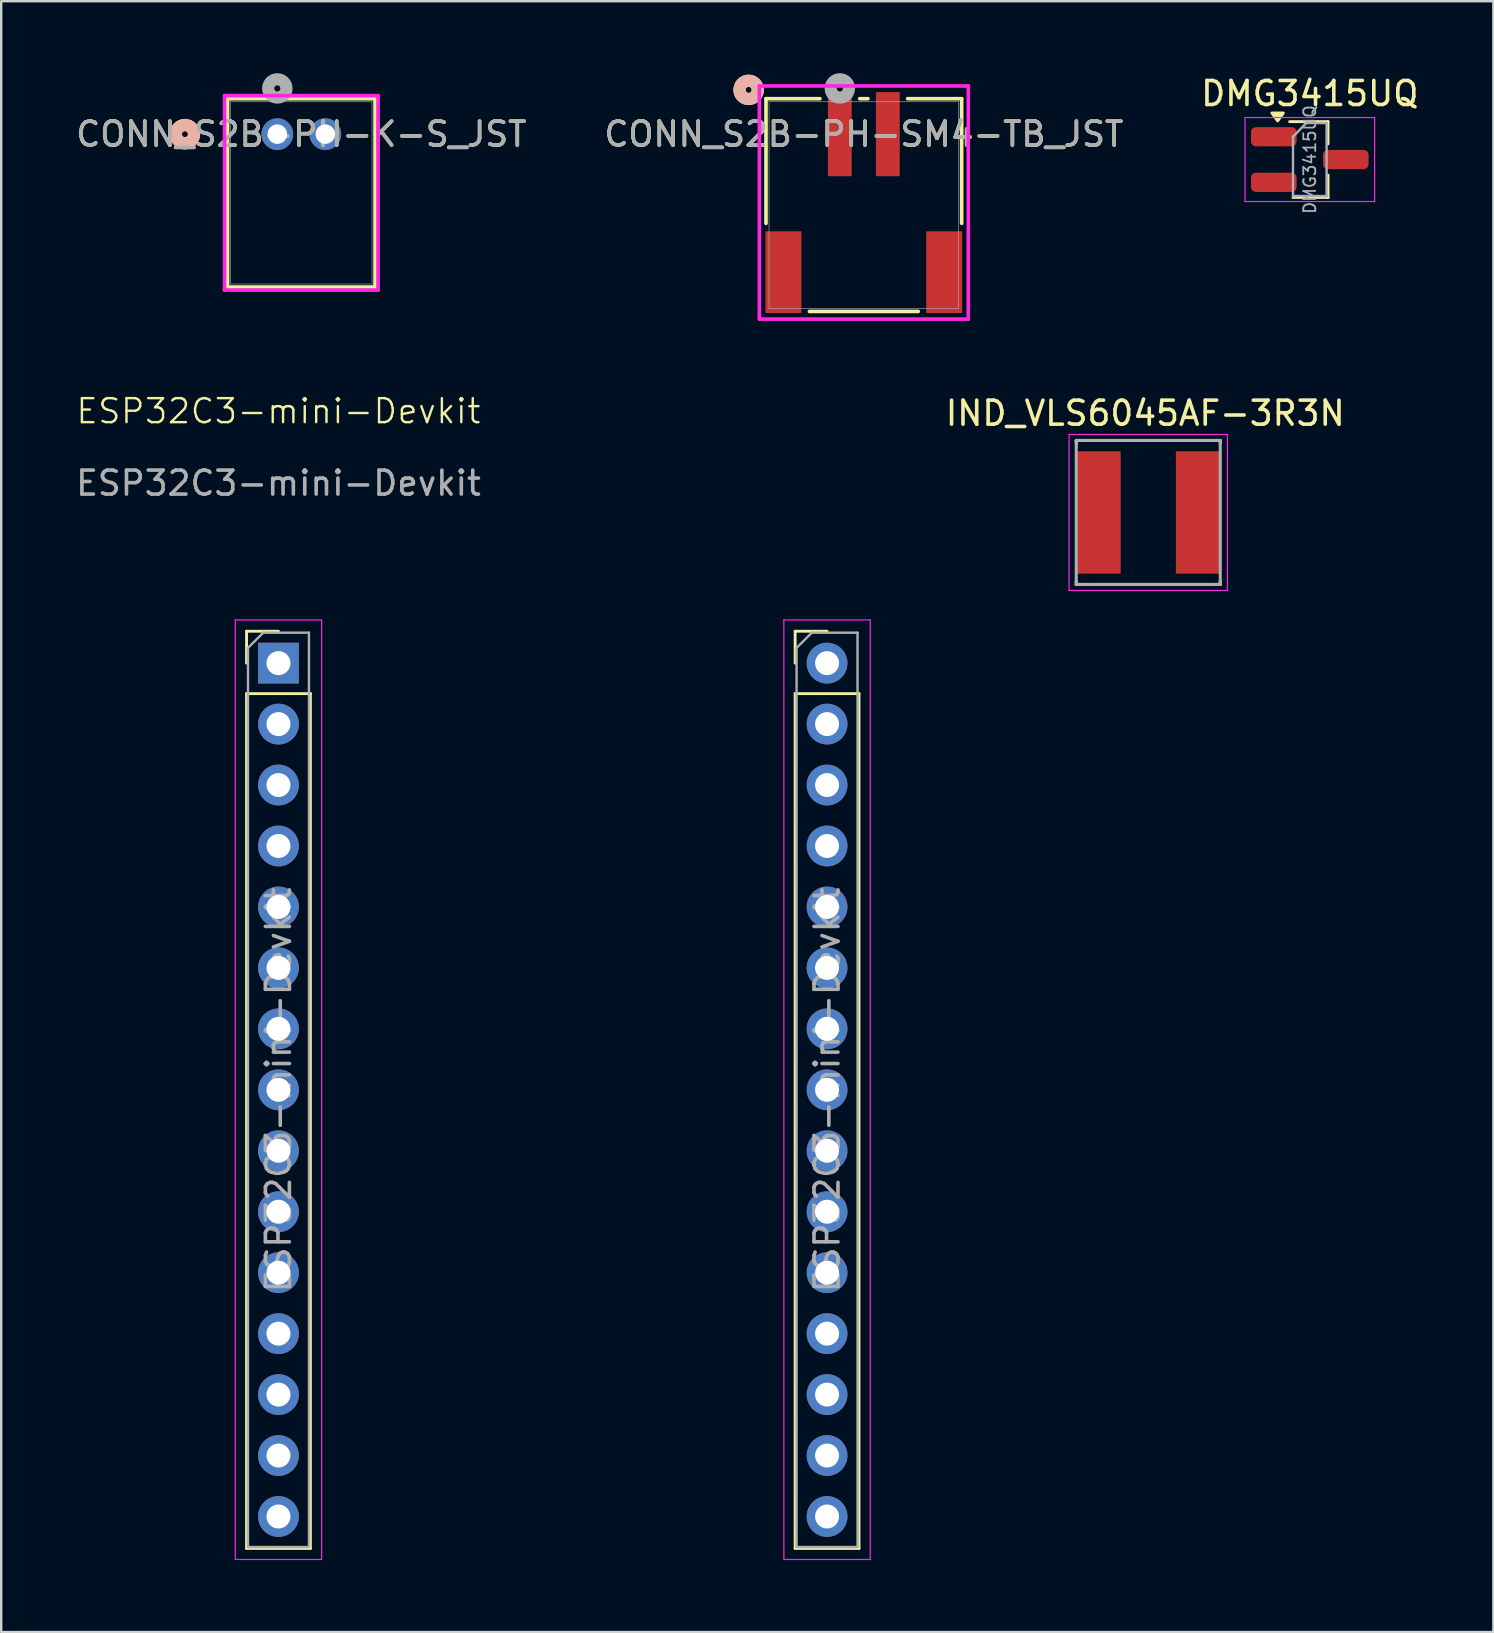
<source format=kicad_pcb>
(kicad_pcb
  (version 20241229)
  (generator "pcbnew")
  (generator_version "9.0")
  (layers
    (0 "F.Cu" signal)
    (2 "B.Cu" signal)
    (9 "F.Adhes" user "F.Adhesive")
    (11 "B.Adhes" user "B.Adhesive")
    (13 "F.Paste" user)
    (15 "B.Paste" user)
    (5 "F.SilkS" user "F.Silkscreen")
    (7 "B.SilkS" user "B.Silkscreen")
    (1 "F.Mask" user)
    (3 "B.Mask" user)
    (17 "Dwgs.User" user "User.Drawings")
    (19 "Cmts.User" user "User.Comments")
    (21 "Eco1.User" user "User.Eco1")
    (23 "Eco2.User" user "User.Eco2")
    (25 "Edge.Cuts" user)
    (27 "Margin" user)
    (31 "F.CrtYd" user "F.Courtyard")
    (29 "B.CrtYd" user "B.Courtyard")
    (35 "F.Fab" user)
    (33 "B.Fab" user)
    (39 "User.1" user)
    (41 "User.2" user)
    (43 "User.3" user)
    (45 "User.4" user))
  (footprint "ESP32C3-mini-Devkit"
    (layer "F.Cu")
    (at 8.554 24.583)
    (property "Reference" "ESP32C3-mini-Devkit" (at 0 -10.5 0) (unlocked yes) (layer "F.SilkS") (effects (font (size 1 1) (thickness 0.1))))
    (attr smd)
    (fp_line (start -1.33 -1.33) (end 0 -1.33) (stroke (width 0.12) (type solid)) (layer "F.SilkS"))
    (fp_line (start -1.33 0) (end -1.33 -1.33) (stroke (width 0.12) (type solid)) (layer "F.SilkS"))
    (fp_line (start -1.33 1.27) (end -1.33 36.89) (stroke (width 0.12) (type solid)) (layer "F.SilkS"))
    (fp_line (start -1.33 1.27) (end 1.33 1.27) (stroke (width 0.12) (type solid)) (layer "F.SilkS"))
    (fp_line (start -1.33 36.89) (end 1.33 36.89) (stroke (width 0.12) (type solid)) (layer "F.SilkS"))
    (fp_line (start 1.33 1.27) (end 1.33 36.89) (stroke (width 0.12) (type solid)) (layer "F.SilkS"))
    (fp_line (start 21.53 -1.33) (end 22.86 -1.33) (stroke (width 0.12) (type solid)) (layer "F.SilkS"))
    (fp_line (start 21.53 0) (end 21.53 -1.33) (stroke (width 0.12) (type solid)) (layer "F.SilkS"))
    (fp_line (start 21.53 1.27) (end 21.53 36.89) (stroke (width 0.12) (type solid)) (layer "F.SilkS"))
    (fp_line (start 21.53 1.27) (end 24.19 1.27) (stroke (width 0.12) (type solid)) (layer "F.SilkS"))
    (fp_line (start 21.53 36.89) (end 24.19 36.89) (stroke (width 0.12) (type solid)) (layer "F.SilkS"))
    (fp_line (start 24.19 1.27) (end 24.19 36.89) (stroke (width 0.12) (type solid)) (layer "F.SilkS"))
    (fp_line (start -1.8 -1.8) (end -1.8 37.35) (stroke (width 0.05) (type solid)) (layer "F.CrtYd"))
    (fp_line (start -1.8 37.35) (end 1.8 37.35) (stroke (width 0.05) (type solid)) (layer "F.CrtYd"))
    (fp_line (start 1.8 -1.8) (end -1.8 -1.8) (stroke (width 0.05) (type solid)) (layer "F.CrtYd"))
    (fp_line (start 1.8 37.35) (end 1.8 -1.8) (stroke (width 0.05) (type solid)) (layer "F.CrtYd"))
    (fp_line (start 21.06 -1.8) (end 21.06 37.35) (stroke (width 0.05) (type solid)) (layer "F.CrtYd"))
    (fp_line (start 21.06 37.35) (end 24.66 37.35) (stroke (width 0.05) (type solid)) (layer "F.CrtYd"))
    (fp_line (start 24.66 -1.8) (end 21.06 -1.8) (stroke (width 0.05) (type solid)) (layer "F.CrtYd"))
    (fp_line (start 24.66 37.35) (end 24.66 -1.8) (stroke (width 0.05) (type solid)) (layer "F.CrtYd"))
    (fp_line (start -1.27 -0.635) (end -0.635 -1.27) (stroke (width 0.1) (type solid)) (layer "F.Fab"))
    (fp_line (start -1.27 36.83) (end -1.27 -0.635) (stroke (width 0.1) (type solid)) (layer "F.Fab"))
    (fp_line (start -0.635 -1.27) (end 1.27 -1.27) (stroke (width 0.1) (type solid)) (layer "F.Fab"))
    (fp_line (start 1.27 -1.27) (end 1.27 36.83) (stroke (width 0.1) (type solid)) (layer "F.Fab"))
    (fp_line (start 1.27 36.83) (end -1.27 36.83) (stroke (width 0.1) (type solid)) (layer "F.Fab"))
    (fp_line (start 21.59 -0.635) (end 22.225 -1.27) (stroke (width 0.1) (type solid)) (layer "F.Fab"))
    (fp_line (start 21.59 36.83) (end 21.59 -0.635) (stroke (width 0.1) (type solid)) (layer "F.Fab"))
    (fp_line (start 22.225 -1.27) (end 24.13 -1.27) (stroke (width 0.1) (type solid)) (layer "F.Fab"))
    (fp_line (start 24.13 -1.27) (end 24.13 36.83) (stroke (width 0.1) (type solid)) (layer "F.Fab"))
    (fp_line (start 24.13 36.83) (end 21.59 36.83) (stroke (width 0.1) (type solid)) (layer "F.Fab"))
    (fp_text user "${REFERENCE}" (at 0 17.78 90) (layer "F.Fab") (effects (font (size 1 1) (thickness 0.15))))
    (fp_text user "${REFERENCE}" (at 22.86 17.78 90) (layer "F.Fab") (effects (font (size 1 1) (thickness 0.15))))
    (fp_text user "${REFERENCE}" (at 0 -7.5 0) (unlocked yes) (layer "F.Fab") (effects (font (size 1 1) (thickness 0.15))))
    (pad "1" thru_hole rect (at 0 0) (size 1.7 1.7) (drill 1) (layers "*.Cu" "*.Mask"))
    (pad "2" thru_hole oval (at 0 2.54) (size 1.7 1.7) (drill 1) (layers "*.Cu" "*.Mask"))
    (pad "3" thru_hole oval (at 0 5.08) (size 1.7 1.7) (drill 1) (layers "*.Cu" "*.Mask"))
    (pad "4" thru_hole oval (at 0 7.62) (size 1.7 1.7) (drill 1) (layers "*.Cu" "*.Mask"))
    (pad "5" thru_hole oval (at 0 10.16) (size 1.7 1.7) (drill 1) (layers "*.Cu" "*.Mask"))
    (pad "6" thru_hole oval (at 0 12.7) (size 1.7 1.7) (drill 1) (layers "*.Cu" "*.Mask"))
    (pad "7" thru_hole oval (at 0 15.24) (size 1.7 1.7) (drill 1) (layers "*.Cu" "*.Mask"))
    (pad "8" thru_hole oval (at 0 17.78) (size 1.7 1.7) (drill 1) (layers "*.Cu" "*.Mask"))
    (pad "9" thru_hole oval (at 0 20.32) (size 1.7 1.7) (drill 1) (layers "*.Cu" "*.Mask"))
    (pad "10" thru_hole oval (at 0 22.86) (size 1.7 1.7) (drill 1) (layers "*.Cu" "*.Mask"))
    (pad "11" thru_hole oval (at 0 25.4) (size 1.7 1.7) (drill 1) (layers "*.Cu" "*.Mask"))
    (pad "12" thru_hole oval (at 0 27.94) (size 1.7 1.7) (drill 1) (layers "*.Cu" "*.Mask"))
    (pad "13" thru_hole oval (at 0 30.48) (size 1.7 1.7) (drill 1) (layers "*.Cu" "*.Mask"))
    (pad "14" thru_hole oval (at 0 33.02) (size 1.7 1.7) (drill 1) (layers "*.Cu" "*.Mask"))
    (pad "15" thru_hole oval (at 0 35.56) (size 1.7 1.7) (drill 1) (layers "*.Cu" "*.Mask"))
    (pad "16" thru_hole circle (at 22.86 0) (size 1.7 1.7) (drill 1) (layers "*.Cu" "*.Mask"))
    (pad "17" thru_hole oval (at 22.86 2.54) (size 1.7 1.7) (drill 1) (layers "*.Cu" "*.Mask"))
    (pad "18" thru_hole oval (at 22.86 5.08) (size 1.7 1.7) (drill 1) (layers "*.Cu" "*.Mask"))
    (pad "19" thru_hole oval (at 22.86 7.62) (size 1.7 1.7) (drill 1) (layers "*.Cu" "*.Mask"))
    (pad "20" thru_hole oval (at 22.86 10.16) (size 1.7 1.7) (drill 1) (layers "*.Cu" "*.Mask"))
    (pad "21" thru_hole oval (at 22.86 12.7) (size 1.7 1.7) (drill 1) (layers "*.Cu" "*.Mask"))
    (pad "22" thru_hole oval (at 22.86 15.24) (size 1.7 1.7) (drill 1) (layers "*.Cu" "*.Mask"))
    (pad "23" thru_hole oval (at 22.86 17.78) (size 1.7 1.7) (drill 1) (layers "*.Cu" "*.Mask"))
    (pad "24" thru_hole oval (at 22.86 20.32) (size 1.7 1.7) (drill 1) (layers "*.Cu" "*.Mask"))
    (pad "25" thru_hole oval (at 22.86 22.86) (size 1.7 1.7) (drill 1) (layers "*.Cu" "*.Mask"))
    (pad "26" thru_hole oval (at 22.86 25.4) (size 1.7 1.7) (drill 1) (layers "*.Cu" "*.Mask"))
    (pad "27" thru_hole oval (at 22.86 27.94) (size 1.7 1.7) (drill 1) (layers "*.Cu" "*.Mask"))
    (pad "28" thru_hole oval (at 22.86 30.48) (size 1.7 1.7) (drill 1) (layers "*.Cu" "*.Mask"))
    (pad "29" thru_hole oval (at 22.86 33.02) (size 1.7 1.7) (drill 1) (layers "*.Cu" "*.Mask"))
    (pad "30" thru_hole oval (at 22.86 35.56) (size 1.7 1.7) (drill 1) (layers "*.Cu" "*.Mask")))
  (footprint "IND_VLS6045AF-3R3N"
    (layer "F.Cu")
    (at 44.798 18.305)
    (property "Reference" "IND_VLS6045AF-3R3N" (at -0.125 -4.135 0) (layer "F.SilkS") (effects (font (size 1 1) (thickness 0.15))))
    (attr smd)
    (fp_line (start -3 -3) (end 3 -3) (stroke (width 0.127) (type solid)) (layer "F.SilkS"))
    (fp_line (start -3 -2.87) (end -3 -3) (stroke (width 0.127) (type solid)) (layer "F.SilkS"))
    (fp_line (start -3 3) (end -3 2.87) (stroke (width 0.127) (type solid)) (layer "F.SilkS"))
    (fp_line (start 3 -3) (end 3 -2.87) (stroke (width 0.127) (type solid)) (layer "F.SilkS"))
    (fp_line (start 3 3) (end -3 3) (stroke (width 0.127) (type solid)) (layer "F.SilkS"))
    (fp_line (start 3 3) (end 3 2.87) (stroke (width 0.127) (type solid)) (layer "F.SilkS"))
    (fp_line (start -3.3 -3.25) (end -3.3 3.25) (stroke (width 0.05) (type solid)) (layer "F.CrtYd"))
    (fp_line (start -3.3 3.25) (end 3.3 3.25) (stroke (width 0.05) (type solid)) (layer "F.CrtYd"))
    (fp_line (start 3.3 -3.25) (end -3.3 -3.25) (stroke (width 0.05) (type solid)) (layer "F.CrtYd"))
    (fp_line (start 3.3 3.25) (end 3.3 -3.25) (stroke (width 0.05) (type solid)) (layer "F.CrtYd"))
    (fp_line (start -3 -3) (end 3 -3) (stroke (width 0.127) (type solid)) (layer "F.Fab"))
    (fp_line (start -3 3) (end -3 -3) (stroke (width 0.127) (type solid)) (layer "F.Fab"))
    (fp_line (start 3 -3) (end 3 3) (stroke (width 0.127) (type solid)) (layer "F.Fab"))
    (fp_line (start 3 3) (end -3 3) (stroke (width 0.127) (type solid)) (layer "F.Fab"))
    (pad "1" smd rect (at -2.1 0) (size 1.9 5.1) (layers "F.Cu" "F.Mask" "F.Paste"))
    (pad "2" smd rect (at 2.1 0) (size 1.9 5.1) (layers "F.Cu" "F.Mask" "F.Paste")))
  (footprint "CONN_S2B-PH-K-S_JST"
    (layer "F.Cu")
    (at 8.506 2.54)
    (property "Reference" "CONN_S2B-PH-K-S_JST" (at 1 0 0) (unlocked yes) (layer "F.SilkS") (effects (font (size 1 1) (thickness 0.15))))
    (attr through_hole)
    (fp_line (start -2.073 -1.477) (end -2.073 6.372) (stroke (width 0.152) (type solid)) (layer "F.SilkS"))
    (fp_line (start -2.073 6.372) (end 4.073 6.372) (stroke (width 0.152) (type solid)) (layer "F.SilkS"))
    (fp_line (start 4.073 -1.477) (end -2.073 -1.477) (stroke (width 0.152) (type solid)) (layer "F.SilkS"))
    (fp_line (start 4.073 6.372) (end 4.073 -1.477) (stroke (width 0.152) (type solid)) (layer "F.SilkS"))
    (fp_circle (center -3.851 0) (end -3.47 0) (stroke (width 0.508) (type solid)) (fill no) (layer "F.SilkS"))
    (fp_circle (center -3.851 0) (end -3.47 0) (stroke (width 0.508) (type solid)) (fill no) (layer "B.SilkS"))
    (fp_line (start -2.2 -1.604) (end -2.2 6.499) (stroke (width 0.152) (type solid)) (layer "F.CrtYd"))
    (fp_line (start -2.2 6.499) (end 4.2 6.499) (stroke (width 0.152) (type solid)) (layer "F.CrtYd"))
    (fp_line (start 4.2 -1.604) (end -2.2 -1.604) (stroke (width 0.152) (type solid)) (layer "F.CrtYd"))
    (fp_line (start 4.2 6.499) (end 4.2 -1.604) (stroke (width 0.152) (type solid)) (layer "F.CrtYd"))
    (fp_line (start -1.946 -1.35) (end -1.946 6.245) (stroke (width 0.025) (type solid)) (layer "F.Fab"))
    (fp_line (start -1.946 6.245) (end 3.946 6.245) (stroke (width 0.025) (type solid)) (layer "F.Fab"))
    (fp_line (start 3.946 -1.35) (end -1.946 -1.35) (stroke (width 0.025) (type solid)) (layer "F.Fab"))
    (fp_line (start 3.946 6.245) (end 3.946 -1.35) (stroke (width 0.025) (type solid)) (layer "F.Fab"))
    (fp_circle (center 0 -1.905) (end 0.381 -1.905) (stroke (width 0.508) (type solid)) (fill no) (layer "F.Fab"))
    (fp_text user "${REFERENCE}" (at 1 0 0) (unlocked yes) (layer "F.Fab") (effects (font (size 1 1) (thickness 0.15))))
    (pad "1" thru_hole circle (at 0 0) (size 1.321 1.321) (drill 0.813) (layers "*.Cu" "*.Mask"))
    (pad "2" thru_hole circle (at 2 0) (size 1.321 1.321) (drill 0.813) (layers "*.Cu" "*.Mask")))
  (footprint "DMG3415UQ"
    (layer "F.Cu")
    (at 51.53 3.598)
    (property "Reference" "DMG3415UQ" (at 0 -2.75 0) (layer "F.SilkS") (effects (font (size 1 1) (thickness 0.15))))
    (attr smd)
    (fp_line (start -0.04 -1.58) (end -0.84 -1.58) (stroke (width 0.12) (type solid)) (layer "F.SilkS"))
    (fp_line (start -0.04 -1.58) (end 0.76 -1.58) (stroke (width 0.12) (type solid)) (layer "F.SilkS"))
    (fp_line (start 0.76 -1.58) (end 0.76 -0.65) (stroke (width 0.12) (type solid)) (layer "F.SilkS"))
    (fp_line (start 0.76 1.58) (end -0.7 1.58) (stroke (width 0.12) (type solid)) (layer "F.SilkS"))
    (fp_line (start 0.76 1.58) (end 0.76 0.65) (stroke (width 0.12) (type solid)) (layer "F.SilkS"))
    (fp_poly (pts (xy -1.34 -1.61) (xy -1.58 -1.94) (xy -1.1 -1.94) (xy -1.34 -1.61)) (stroke (width 0.12) (type solid)) (fill yes) (layer "F.SilkS"))
    (fp_line (start -2.7 -1.75) (end 2.7 -1.75) (stroke (width 0.05) (type solid)) (layer "F.CrtYd"))
    (fp_line (start -2.7 1.75) (end -2.7 -1.75) (stroke (width 0.05) (type solid)) (layer "F.CrtYd"))
    (fp_line (start 2.7 -1.75) (end 2.7 1.75) (stroke (width 0.05) (type solid)) (layer "F.CrtYd"))
    (fp_line (start 2.7 1.75) (end -2.7 1.75) (stroke (width 0.05) (type solid)) (layer "F.CrtYd"))
    (fp_line (start -0.7 -0.95) (end -0.7 1.5) (stroke (width 0.1) (type solid)) (layer "F.Fab"))
    (fp_line (start -0.7 -0.95) (end -0.15 -1.52) (stroke (width 0.1) (type solid)) (layer "F.Fab"))
    (fp_line (start -0.7 1.52) (end 0.7 1.52) (stroke (width 0.1) (type solid)) (layer "F.Fab"))
    (fp_line (start -0.15 -1.52) (end 0.7 -1.52) (stroke (width 0.1) (type solid)) (layer "F.Fab"))
    (fp_line (start 0.7 -1.52) (end 0.7 1.52) (stroke (width 0.1) (type solid)) (layer "F.Fab"))
    (fp_text user "${REFERENCE}" (at 0 0 90) (layer "F.Fab") (effects (font (size 0.5 0.5) (thickness 0.075))))
    (pad "1" smd roundrect (at 1.5 0) (size 1.9 0.8) (layers "F.Cu" "F.Mask" "F.Paste") (roundrect_rratio 0.25))
    (pad "2" smd roundrect (at -1.5 -0.95) (size 1.9 0.8) (layers "F.Cu" "F.Mask" "F.Paste") (roundrect_rratio 0.25))
    (pad "3" smd roundrect (at -1.5 0.95) (size 1.9 0.8) (layers "F.Cu" "F.Mask" "F.Paste") (roundrect_rratio 0.25)))
  (footprint "CONN_S2B-PH-SM4-TB_JST"
    (layer "F.Cu")
    (at 32.946 5.495)
    (property "Reference" "CONN_S2B-PH-SM4-TB_JST" (at 0 -2.955 0) (unlocked yes) (layer "F.SilkS") (effects (font (size 1 1) (thickness 0.15))))
    (attr smd)
    (fp_line (start -4.077 -4.432) (end -4.077 0.76) (stroke (width 0.152) (type solid)) (layer "F.SilkS"))
    (fp_line (start -2.268 4.432) (end 2.268 4.432) (stroke (width 0.152) (type solid)) (layer "F.SilkS"))
    (fp_line (start -1.828 -4.432) (end -4.077 -4.432) (stroke (width 0.152) (type solid)) (layer "F.SilkS"))
    (fp_line (start 0.172 -4.432) (end -0.172 -4.432) (stroke (width 0.152) (type solid)) (layer "F.SilkS"))
    (fp_line (start 4.077 -4.432) (end 1.828 -4.432) (stroke (width 0.152) (type solid)) (layer "F.SilkS"))
    (fp_line (start 4.077 0.76) (end 4.077 -4.432) (stroke (width 0.152) (type solid)) (layer "F.SilkS"))
    (fp_circle (center -4.8 -4.8) (end -4.419 -4.8) (stroke (width 0.508) (type solid)) (fill no) (layer "F.SilkS"))
    (fp_circle (center -4.8 -4.8) (end -4.419 -4.8) (stroke (width 0.508) (type solid)) (fill no) (layer "B.SilkS"))
    (fp_line (start -4.353 -4.962) (end -4.353 4.751) (stroke (width 0.152) (type solid)) (layer "F.CrtYd"))
    (fp_line (start -4.353 4.751) (end 4.353 4.751) (stroke (width 0.152) (type solid)) (layer "F.CrtYd"))
    (fp_line (start 4.353 -4.962) (end -4.353 -4.962) (stroke (width 0.152) (type solid)) (layer "F.CrtYd"))
    (fp_line (start 4.353 4.751) (end 4.353 -4.962) (stroke (width 0.152) (type solid)) (layer "F.CrtYd"))
    (fp_line (start -3.95 -4.305) (end -3.95 4.305) (stroke (width 0.025) (type solid)) (layer "F.Fab"))
    (fp_line (start -3.95 4.305) (end 3.95 4.305) (stroke (width 0.025) (type solid)) (layer "F.Fab"))
    (fp_line (start 3.95 -4.305) (end -3.95 -4.305) (stroke (width 0.025) (type solid)) (layer "F.Fab"))
    (fp_line (start 3.95 4.305) (end 3.95 -4.305) (stroke (width 0.025) (type solid)) (layer "F.Fab"))
    (fp_circle (center -1 -4.86) (end -0.619 -4.86) (stroke (width 0.508) (type solid)) (fill no) (layer "F.Fab"))
    (fp_text user "${REFERENCE}" (at 0 -2.955 0) (unlocked yes) (layer "F.Fab") (effects (font (size 1 1) (thickness 0.15))))
    (pad "1" smd rect (at -1 -2.955) (size 0.991 3.505) (layers "F.Cu" "F.Mask" "F.Paste"))
    (pad "2" smd rect (at 1 -2.955) (size 0.991 3.505) (layers "F.Cu" "F.Mask" "F.Paste"))
    (pad "3" smd rect (at -3.35 2.795) (size 1.499 3.404) (layers "F.Cu" "F.Mask" "F.Paste"))
    (pad "4" smd rect (at 3.35 2.795) (size 1.499 3.404) (layers "F.Cu" "F.Mask" "F.Paste")))
  (gr_rect
    (start -3 -3)
    (end 59.179 64.958)
    (stroke (width 0.1) (type default))
    (fill no)
    (layer "Edge.Cuts")))
</source>
